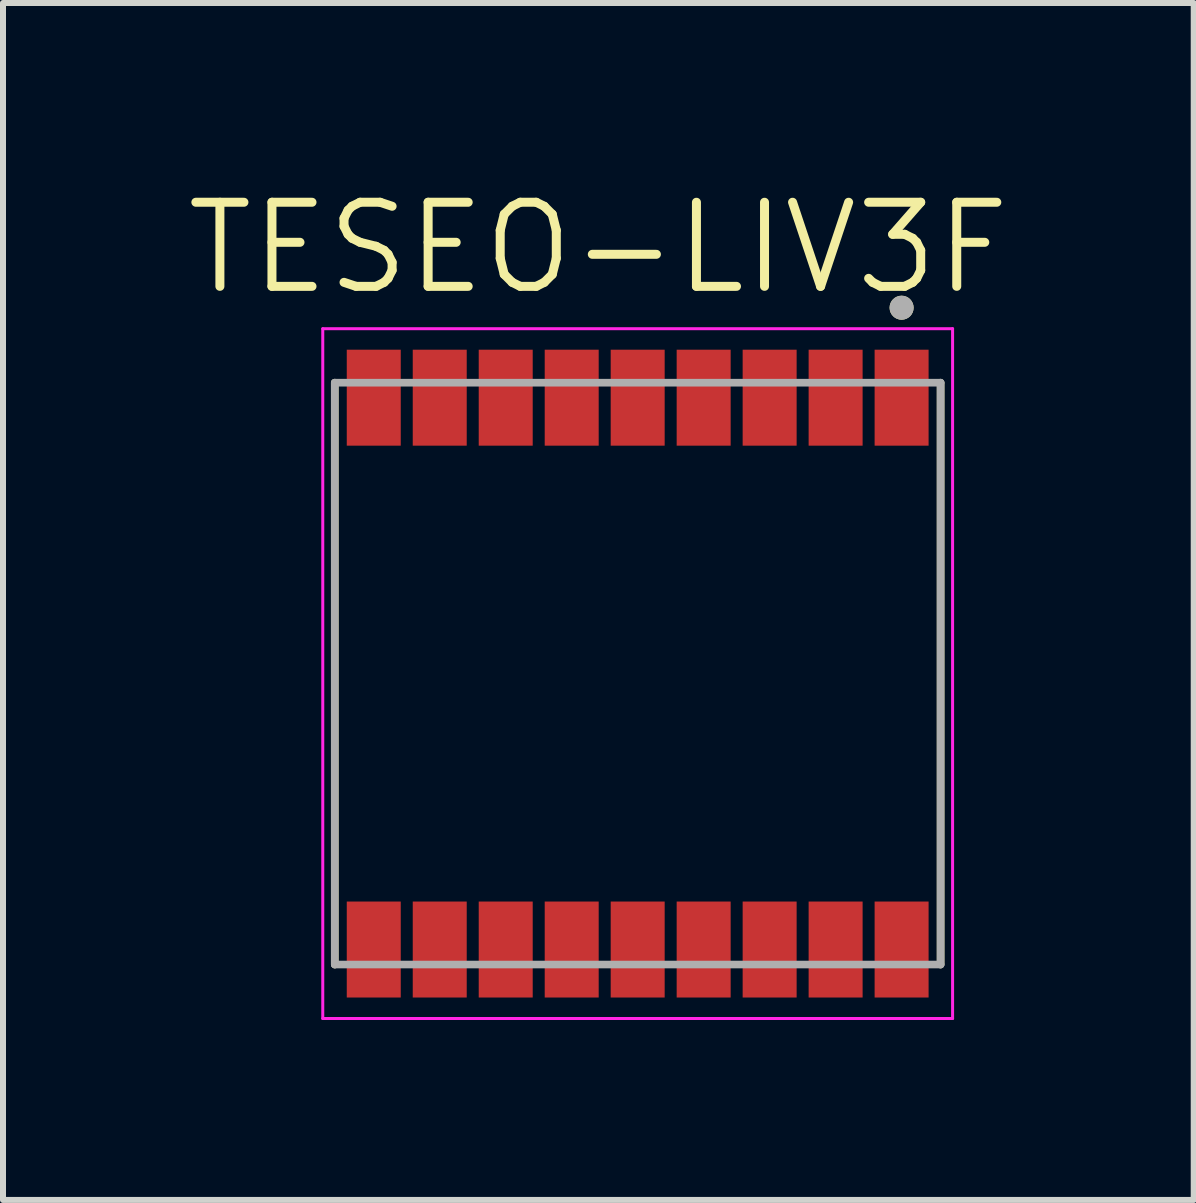
<source format=kicad_pcb>
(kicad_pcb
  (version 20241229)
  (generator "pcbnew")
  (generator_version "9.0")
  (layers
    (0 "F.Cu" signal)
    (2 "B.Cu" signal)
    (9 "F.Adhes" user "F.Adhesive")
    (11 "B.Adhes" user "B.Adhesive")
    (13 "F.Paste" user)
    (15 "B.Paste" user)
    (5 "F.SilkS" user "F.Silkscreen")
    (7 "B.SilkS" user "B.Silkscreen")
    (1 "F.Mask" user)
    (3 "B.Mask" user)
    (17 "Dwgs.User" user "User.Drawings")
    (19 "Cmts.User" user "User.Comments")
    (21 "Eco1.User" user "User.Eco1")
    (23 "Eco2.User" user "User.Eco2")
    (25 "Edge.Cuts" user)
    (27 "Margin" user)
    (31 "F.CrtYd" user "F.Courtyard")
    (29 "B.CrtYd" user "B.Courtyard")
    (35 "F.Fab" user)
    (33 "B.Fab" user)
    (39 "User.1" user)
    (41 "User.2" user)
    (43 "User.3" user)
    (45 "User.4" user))
  (footprint "TESEO-LIV3F"
    (layer "F.Cu")
    (at 7.581 8.18)
    (property "Reference" "TESEO-LIV3F" (at -0.656 -7.097 0) (layer "F.SilkS") (effects (font (size 1.402 1.402) (thickness 0.15))))
    (attr smd)
    (fp_line (start -5.05 -4.85) (end -5.05 4.85) (stroke (width 0.127) (type solid)) (layer "F.SilkS"))
    (fp_line (start 5.05 4.85) (end 5.05 -4.85) (stroke (width 0.127) (type solid)) (layer "F.SilkS"))
    (fp_circle (center 4.4 -6.1) (end 4.5 -6.1) (stroke (width 0.2) (type solid)) (fill no) (layer "F.SilkS"))
    (fp_line (start -5.25 -5.75) (end 5.25 -5.75) (stroke (width 0.05) (type solid)) (layer "F.CrtYd"))
    (fp_line (start -5.25 5.75) (end -5.25 -5.75) (stroke (width 0.05) (type solid)) (layer "F.CrtYd"))
    (fp_line (start 5.25 -5.75) (end 5.25 5.75) (stroke (width 0.05) (type solid)) (layer "F.CrtYd"))
    (fp_line (start 5.25 5.75) (end -5.25 5.75) (stroke (width 0.05) (type solid)) (layer "F.CrtYd"))
    (fp_line (start -5.05 -4.85) (end 5.05 -4.85) (stroke (width 0.127) (type solid)) (layer "F.Fab"))
    (fp_line (start -5.05 4.85) (end -5.05 -4.85) (stroke (width 0.127) (type solid)) (layer "F.Fab"))
    (fp_line (start 5.05 -4.85) (end 5.05 4.85) (stroke (width 0.127) (type solid)) (layer "F.Fab"))
    (fp_line (start 5.05 4.85) (end -5.05 4.85) (stroke (width 0.127) (type solid)) (layer "F.Fab"))
    (fp_circle (center 4.4 -6.1) (end 4.5 -6.1) (stroke (width 0.2) (type solid)) (fill no) (layer "F.Fab"))
    (pad "1" smd rect (at 4.4 -4.6 90) (size 1.6 0.9) (layers "F.Cu" "F.Mask" "F.Paste"))
    (pad "2" smd rect (at 3.3 -4.6 90) (size 1.6 0.9) (layers "F.Cu" "F.Mask" "F.Paste"))
    (pad "3" smd rect (at 2.2 -4.6 90) (size 1.6 0.9) (layers "F.Cu" "F.Mask" "F.Paste"))
    (pad "4" smd rect (at 1.1 -4.6 90) (size 1.6 0.9) (layers "F.Cu" "F.Mask" "F.Paste"))
    (pad "5" smd rect (at 0 -4.6 90) (size 1.6 0.9) (layers "F.Cu" "F.Mask" "F.Paste"))
    (pad "6" smd rect (at -1.1 -4.6 90) (size 1.6 0.9) (layers "F.Cu" "F.Mask" "F.Paste"))
    (pad "7" smd rect (at -2.2 -4.6 90) (size 1.6 0.9) (layers "F.Cu" "F.Mask" "F.Paste"))
    (pad "8" smd rect (at -3.3 -4.6 90) (size 1.6 0.9) (layers "F.Cu" "F.Mask" "F.Paste"))
    (pad "9" smd rect (at -4.4 -4.6 90) (size 1.6 0.9) (layers "F.Cu" "F.Mask" "F.Paste"))
    (pad "10" smd rect (at -4.4 4.6 90) (size 1.6 0.9) (layers "F.Cu" "F.Mask" "F.Paste"))
    (pad "11" smd rect (at -3.3 4.6 90) (size 1.6 0.9) (layers "F.Cu" "F.Mask" "F.Paste"))
    (pad "12" smd rect (at -2.2 4.6 90) (size 1.6 0.9) (layers "F.Cu" "F.Mask" "F.Paste"))
    (pad "13" smd rect (at -1.1 4.6 90) (size 1.6 0.9) (layers "F.Cu" "F.Mask" "F.Paste"))
    (pad "14" smd rect (at 0 4.6 90) (size 1.6 0.9) (layers "F.Cu" "F.Mask" "F.Paste"))
    (pad "15" smd rect (at 1.1 4.6 90) (size 1.6 0.9) (layers "F.Cu" "F.Mask" "F.Paste"))
    (pad "16" smd rect (at 2.2 4.6 90) (size 1.6 0.9) (layers "F.Cu" "F.Mask" "F.Paste"))
    (pad "17" smd rect (at 3.3 4.6 90) (size 1.6 0.9) (layers "F.Cu" "F.Mask" "F.Paste"))
    (pad "18" smd rect (at 4.4 4.6 90) (size 1.6 0.9) (layers "F.Cu" "F.Mask" "F.Paste")))
  (gr_rect
    (start -3 -3)
    (end 16.851 16.955)
    (stroke (width 0.1) (type default))
    (fill no)
    (layer "Edge.Cuts")))
</source>
